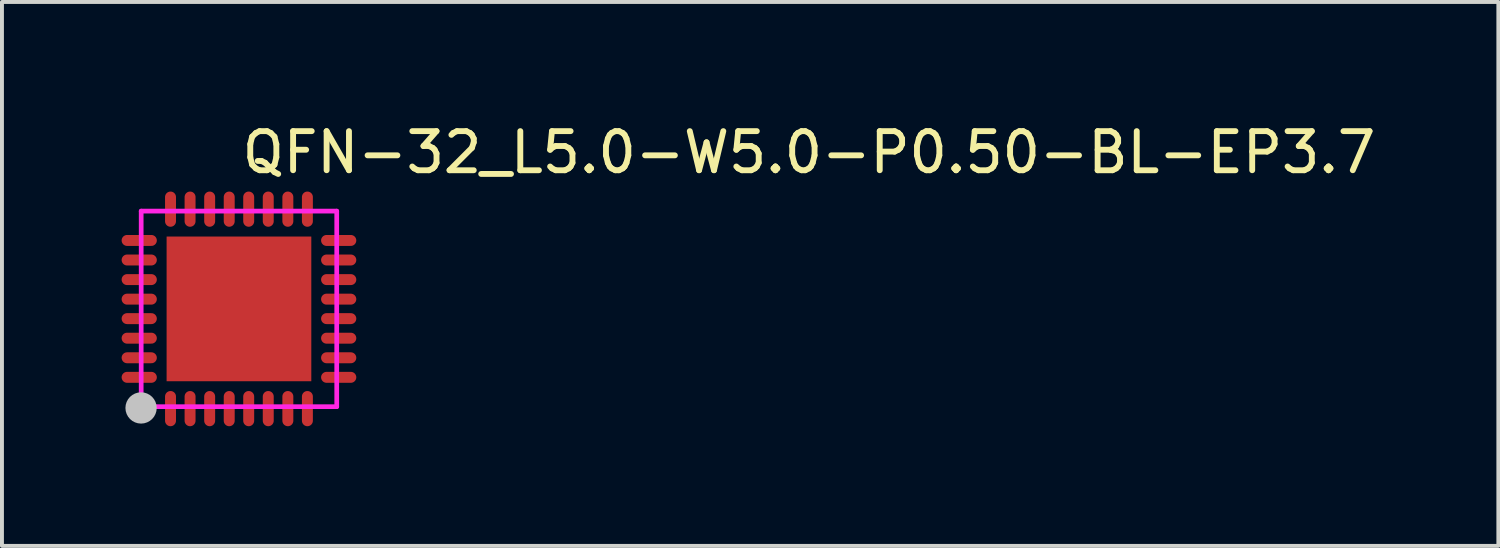
<source format=kicad_pcb>
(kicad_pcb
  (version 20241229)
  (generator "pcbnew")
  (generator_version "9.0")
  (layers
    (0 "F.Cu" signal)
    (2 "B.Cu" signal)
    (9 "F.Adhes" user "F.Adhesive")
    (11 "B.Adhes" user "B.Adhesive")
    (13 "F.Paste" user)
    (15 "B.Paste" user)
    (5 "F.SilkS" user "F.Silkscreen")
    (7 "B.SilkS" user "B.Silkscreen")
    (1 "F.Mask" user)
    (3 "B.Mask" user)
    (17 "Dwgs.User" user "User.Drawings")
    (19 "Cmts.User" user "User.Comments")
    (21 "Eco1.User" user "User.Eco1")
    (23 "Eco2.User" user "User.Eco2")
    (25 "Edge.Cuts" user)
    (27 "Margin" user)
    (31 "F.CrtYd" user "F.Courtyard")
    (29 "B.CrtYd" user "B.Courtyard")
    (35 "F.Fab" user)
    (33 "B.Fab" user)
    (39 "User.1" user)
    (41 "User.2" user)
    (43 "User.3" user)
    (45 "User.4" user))
  (footprint "QFN-32_L5.0-W5.0-P0.50-BL-EP3.7"
    (layer "F.Cu")
    (at 3.06 4.848)
    (property "Reference" "QFN-32_L5.0-W5.0-P0.50-BL-EP3.7" (at 0 -4 0) (layer "F.SilkS") (effects (font (size 1 1) (thickness 0.15)) (justify left)))
    (attr through_hole)
    (fp_poly (pts (xy -1.5 -1.5) (xy 1.5 -1.5) (xy 1.5 1.5) (xy -1.5 1.5)) (stroke (width 0.12) (type solid)) (fill yes) (layer "F.Paste"))
    (fp_poly (pts (xy -2.86 -1.61) (xy -2.888 -1.613) (xy -2.914 -1.621) (xy -2.938 -1.634) (xy -2.959 -1.651) (xy -2.977 -1.672) (xy -2.99 -1.697) (xy -2.998 -1.723) (xy -3 -1.75) (xy -2.998 -1.777) (xy -2.99 -1.804) (xy -2.977 -1.828) (xy -2.959 -1.849) (xy -2.938 -1.867) (xy -2.914 -1.879) (xy -2.888 -1.887) (xy -2.86 -1.89) (xy -2.24 -1.89) (xy -2.213 -1.887) (xy -2.187 -1.879) (xy -2.162 -1.867) (xy -2.141 -1.849) (xy -2.124 -1.828) (xy -2.111 -1.804) (xy -2.103 -1.777) (xy -2.1 -1.75) (xy -2.103 -1.723) (xy -2.111 -1.697) (xy -2.124 -1.672) (xy -2.141 -1.651) (xy -2.162 -1.634) (xy -2.187 -1.621) (xy -2.213 -1.613) (xy -2.24 -1.61)) (stroke (width 0.12) (type solid)) (fill yes) (layer "F.Paste"))
    (fp_poly (pts (xy -2.86 -1.11) (xy -2.888 -1.112) (xy -2.914 -1.12) (xy -2.938 -1.133) (xy -2.959 -1.151) (xy -2.977 -1.172) (xy -2.99 -1.196) (xy -2.998 -1.222) (xy -3 -1.25) (xy -2.998 -1.277) (xy -2.99 -1.303) (xy -2.977 -1.328) (xy -2.959 -1.349) (xy -2.938 -1.366) (xy -2.914 -1.379) (xy -2.888 -1.387) (xy -2.86 -1.39) (xy -2.24 -1.39) (xy -2.213 -1.387) (xy -2.187 -1.379) (xy -2.162 -1.366) (xy -2.141 -1.349) (xy -2.124 -1.328) (xy -2.111 -1.303) (xy -2.103 -1.277) (xy -2.1 -1.25) (xy -2.103 -1.222) (xy -2.111 -1.196) (xy -2.124 -1.172) (xy -2.141 -1.151) (xy -2.162 -1.133) (xy -2.187 -1.12) (xy -2.213 -1.112) (xy -2.24 -1.11)) (stroke (width 0.12) (type solid)) (fill yes) (layer "F.Paste"))
    (fp_poly (pts (xy -2.86 -0.609) (xy -2.888 -0.612) (xy -2.914 -0.62) (xy -2.938 -0.633) (xy -2.959 -0.65) (xy -2.977 -0.672) (xy -2.99 -0.696) (xy -2.998 -0.722) (xy -3 -0.749) (xy -2.998 -0.777) (xy -2.99 -0.803) (xy -2.977 -0.827) (xy -2.959 -0.848) (xy -2.938 -0.866) (xy -2.914 -0.879) (xy -2.888 -0.887) (xy -2.86 -0.889) (xy -2.24 -0.889) (xy -2.213 -0.887) (xy -2.187 -0.879) (xy -2.162 -0.866) (xy -2.141 -0.848) (xy -2.124 -0.827) (xy -2.111 -0.803) (xy -2.103 -0.777) (xy -2.1 -0.749) (xy -2.103 -0.722) (xy -2.111 -0.696) (xy -2.124 -0.672) (xy -2.141 -0.65) (xy -2.162 -0.633) (xy -2.187 -0.62) (xy -2.213 -0.612) (xy -2.24 -0.609)) (stroke (width 0.12) (type solid)) (fill yes) (layer "F.Paste"))
    (fp_poly (pts (xy -2.86 -0.109) (xy -2.888 -0.112) (xy -2.914 -0.12) (xy -2.938 -0.133) (xy -2.959 -0.15) (xy -2.977 -0.171) (xy -2.99 -0.195) (xy -2.998 -0.222) (xy -3 -0.249) (xy -2.998 -0.276) (xy -2.99 -0.303) (xy -2.977 -0.327) (xy -2.959 -0.348) (xy -2.938 -0.365) (xy -2.914 -0.378) (xy -2.888 -0.386) (xy -2.86 -0.389) (xy -2.24 -0.389) (xy -2.213 -0.386) (xy -2.187 -0.378) (xy -2.162 -0.365) (xy -2.141 -0.348) (xy -2.124 -0.327) (xy -2.111 -0.303) (xy -2.103 -0.276) (xy -2.1 -0.249) (xy -2.103 -0.222) (xy -2.111 -0.195) (xy -2.124 -0.171) (xy -2.141 -0.15) (xy -2.162 -0.133) (xy -2.187 -0.12) (xy -2.213 -0.112) (xy -2.24 -0.109)) (stroke (width 0.12) (type solid)) (fill yes) (layer "F.Paste"))
    (fp_poly (pts (xy -2.86 0.389) (xy -2.888 0.386) (xy -2.914 0.378) (xy -2.938 0.365) (xy -2.959 0.348) (xy -2.977 0.327) (xy -2.99 0.302) (xy -2.998 0.276) (xy -3 0.249) (xy -2.998 0.222) (xy -2.99 0.195) (xy -2.977 0.171) (xy -2.959 0.15) (xy -2.938 0.132) (xy -2.914 0.119) (xy -2.888 0.112) (xy -2.86 0.109) (xy -2.24 0.109) (xy -2.213 0.112) (xy -2.187 0.119) (xy -2.162 0.132) (xy -2.141 0.15) (xy -2.124 0.171) (xy -2.111 0.195) (xy -2.103 0.222) (xy -2.1 0.249) (xy -2.103 0.276) (xy -2.111 0.302) (xy -2.124 0.327) (xy -2.141 0.348) (xy -2.162 0.365) (xy -2.187 0.378) (xy -2.213 0.386) (xy -2.24 0.389)) (stroke (width 0.12) (type solid)) (fill yes) (layer "F.Paste"))
    (fp_poly (pts (xy -2.86 0.889) (xy -2.888 0.887) (xy -2.914 0.879) (xy -2.938 0.866) (xy -2.959 0.848) (xy -2.977 0.827) (xy -2.99 0.803) (xy -2.998 0.777) (xy -3 0.749) (xy -2.998 0.722) (xy -2.99 0.696) (xy -2.977 0.671) (xy -2.959 0.65) (xy -2.938 0.633) (xy -2.914 0.62) (xy -2.888 0.612) (xy -2.86 0.609) (xy -2.24 0.609) (xy -2.213 0.612) (xy -2.187 0.62) (xy -2.162 0.633) (xy -2.141 0.65) (xy -2.124 0.671) (xy -2.111 0.696) (xy -2.103 0.722) (xy -2.1 0.749) (xy -2.103 0.777) (xy -2.111 0.803) (xy -2.124 0.827) (xy -2.141 0.848) (xy -2.162 0.866) (xy -2.187 0.879) (xy -2.213 0.887) (xy -2.24 0.889)) (stroke (width 0.12) (type solid)) (fill yes) (layer "F.Paste"))
    (fp_poly (pts (xy -2.86 1.39) (xy -2.888 1.387) (xy -2.914 1.379) (xy -2.938 1.366) (xy -2.959 1.349) (xy -2.977 1.327) (xy -2.99 1.303) (xy -2.998 1.277) (xy -3 1.25) (xy -2.998 1.222) (xy -2.99 1.196) (xy -2.977 1.172) (xy -2.959 1.151) (xy -2.938 1.133) (xy -2.914 1.12) (xy -2.888 1.112) (xy -2.86 1.11) (xy -2.24 1.11) (xy -2.213 1.112) (xy -2.187 1.12) (xy -2.162 1.133) (xy -2.141 1.151) (xy -2.124 1.172) (xy -2.111 1.196) (xy -2.103 1.222) (xy -2.1 1.25) (xy -2.103 1.277) (xy -2.111 1.303) (xy -2.124 1.327) (xy -2.141 1.349) (xy -2.162 1.366) (xy -2.187 1.379) (xy -2.213 1.387) (xy -2.24 1.39)) (stroke (width 0.12) (type solid)) (fill yes) (layer "F.Paste"))
    (fp_poly (pts (xy -2.86 1.89) (xy -2.888 1.887) (xy -2.914 1.879) (xy -2.938 1.866) (xy -2.959 1.849) (xy -2.977 1.828) (xy -2.99 1.804) (xy -2.998 1.777) (xy -3 1.75) (xy -2.998 1.723) (xy -2.99 1.696) (xy -2.977 1.672) (xy -2.959 1.651) (xy -2.938 1.634) (xy -2.914 1.621) (xy -2.888 1.613) (xy -2.86 1.61) (xy -2.24 1.61) (xy -2.213 1.613) (xy -2.187 1.621) (xy -2.162 1.634) (xy -2.141 1.651) (xy -2.124 1.672) (xy -2.111 1.696) (xy -2.103 1.723) (xy -2.1 1.75) (xy -2.103 1.777) (xy -2.111 1.804) (xy -2.124 1.828) (xy -2.141 1.849) (xy -2.162 1.866) (xy -2.187 1.879) (xy -2.213 1.887) (xy -2.24 1.89)) (stroke (width 0.12) (type solid)) (fill yes) (layer "F.Paste"))
    (fp_poly (pts (xy -1.89 -2.86) (xy -1.887 -2.888) (xy -1.88 -2.914) (xy -1.867 -2.938) (xy -1.849 -2.959) (xy -1.828 -2.977) (xy -1.804 -2.99) (xy -1.777 -2.998) (xy -1.75 -3) (xy -1.723 -2.998) (xy -1.697 -2.99) (xy -1.672 -2.977) (xy -1.651 -2.959) (xy -1.634 -2.938) (xy -1.621 -2.914) (xy -1.613 -2.888) (xy -1.61 -2.86) (xy -1.61 -2.24) (xy -1.613 -2.213) (xy -1.621 -2.187) (xy -1.634 -2.162) (xy -1.651 -2.141) (xy -1.672 -2.124) (xy -1.697 -2.111) (xy -1.723 -2.103) (xy -1.75 -2.1) (xy -1.777 -2.103) (xy -1.804 -2.111) (xy -1.828 -2.124) (xy -1.849 -2.141) (xy -1.867 -2.162) (xy -1.88 -2.187) (xy -1.887 -2.213) (xy -1.89 -2.24)) (stroke (width 0.12) (type solid)) (fill yes) (layer "F.Paste"))
    (fp_poly (pts (xy -1.89 2.24) (xy -1.887 2.213) (xy -1.88 2.187) (xy -1.867 2.162) (xy -1.849 2.141) (xy -1.828 2.124) (xy -1.804 2.111) (xy -1.777 2.103) (xy -1.75 2.1) (xy -1.723 2.103) (xy -1.697 2.111) (xy -1.672 2.124) (xy -1.651 2.141) (xy -1.634 2.162) (xy -1.621 2.187) (xy -1.613 2.213) (xy -1.61 2.24) (xy -1.61 2.86) (xy -1.613 2.887) (xy -1.621 2.914) (xy -1.634 2.938) (xy -1.651 2.959) (xy -1.672 2.976) (xy -1.697 2.989) (xy -1.723 2.997) (xy -1.75 3) (xy -1.777 2.997) (xy -1.804 2.989) (xy -1.828 2.976) (xy -1.849 2.959) (xy -1.867 2.938) (xy -1.88 2.914) (xy -1.887 2.887) (xy -1.89 2.86)) (stroke (width 0.12) (type solid)) (fill yes) (layer "F.Paste"))
    (fp_poly (pts (xy -1.39 -2.86) (xy -1.387 -2.888) (xy -1.379 -2.914) (xy -1.366 -2.938) (xy -1.349 -2.959) (xy -1.328 -2.977) (xy -1.303 -2.99) (xy -1.277 -2.998) (xy -1.25 -3) (xy -1.222 -2.998) (xy -1.196 -2.99) (xy -1.172 -2.977) (xy -1.151 -2.959) (xy -1.133 -2.938) (xy -1.12 -2.914) (xy -1.112 -2.888) (xy -1.11 -2.86) (xy -1.11 -2.24) (xy -1.112 -2.213) (xy -1.12 -2.187) (xy -1.133 -2.162) (xy -1.151 -2.141) (xy -1.172 -2.124) (xy -1.196 -2.111) (xy -1.222 -2.103) (xy -1.25 -2.1) (xy -1.277 -2.103) (xy -1.303 -2.111) (xy -1.328 -2.124) (xy -1.349 -2.141) (xy -1.366 -2.162) (xy -1.379 -2.187) (xy -1.387 -2.213) (xy -1.39 -2.24)) (stroke (width 0.12) (type solid)) (fill yes) (layer "F.Paste"))
    (fp_poly (pts (xy -1.39 2.24) (xy -1.387 2.213) (xy -1.379 2.187) (xy -1.366 2.162) (xy -1.349 2.141) (xy -1.328 2.124) (xy -1.303 2.111) (xy -1.277 2.103) (xy -1.25 2.1) (xy -1.222 2.103) (xy -1.196 2.111) (xy -1.172 2.124) (xy -1.151 2.141) (xy -1.133 2.162) (xy -1.12 2.187) (xy -1.112 2.213) (xy -1.11 2.24) (xy -1.11 2.86) (xy -1.112 2.887) (xy -1.12 2.914) (xy -1.133 2.938) (xy -1.151 2.959) (xy -1.172 2.976) (xy -1.196 2.989) (xy -1.222 2.997) (xy -1.25 3) (xy -1.277 2.997) (xy -1.303 2.989) (xy -1.328 2.976) (xy -1.349 2.959) (xy -1.366 2.938) (xy -1.379 2.914) (xy -1.387 2.887) (xy -1.39 2.86)) (stroke (width 0.12) (type solid)) (fill yes) (layer "F.Paste"))
    (fp_poly (pts (xy -0.889 -2.86) (xy -0.887 -2.888) (xy -0.879 -2.914) (xy -0.866 -2.938) (xy -0.848 -2.959) (xy -0.827 -2.977) (xy -0.803 -2.99) (xy -0.777 -2.998) (xy -0.749 -3) (xy -0.722 -2.998) (xy -0.696 -2.99) (xy -0.672 -2.977) (xy -0.65 -2.959) (xy -0.633 -2.938) (xy -0.62 -2.914) (xy -0.612 -2.888) (xy -0.609 -2.86) (xy -0.609 -2.24) (xy -0.612 -2.213) (xy -0.62 -2.187) (xy -0.633 -2.162) (xy -0.65 -2.141) (xy -0.672 -2.124) (xy -0.696 -2.111) (xy -0.722 -2.103) (xy -0.749 -2.1) (xy -0.777 -2.103) (xy -0.803 -2.111) (xy -0.827 -2.124) (xy -0.848 -2.141) (xy -0.866 -2.162) (xy -0.879 -2.187) (xy -0.887 -2.213) (xy -0.889 -2.24)) (stroke (width 0.12) (type solid)) (fill yes) (layer "F.Paste"))
    (fp_poly (pts (xy -0.889 2.24) (xy -0.887 2.213) (xy -0.879 2.187) (xy -0.866 2.162) (xy -0.848 2.141) (xy -0.827 2.124) (xy -0.803 2.111) (xy -0.777 2.103) (xy -0.749 2.1) (xy -0.722 2.103) (xy -0.696 2.111) (xy -0.672 2.124) (xy -0.65 2.141) (xy -0.633 2.162) (xy -0.62 2.187) (xy -0.612 2.213) (xy -0.609 2.24) (xy -0.609 2.86) (xy -0.612 2.887) (xy -0.62 2.914) (xy -0.633 2.938) (xy -0.65 2.959) (xy -0.672 2.976) (xy -0.696 2.989) (xy -0.722 2.997) (xy -0.749 3) (xy -0.777 2.997) (xy -0.803 2.989) (xy -0.827 2.976) (xy -0.848 2.959) (xy -0.866 2.938) (xy -0.879 2.914) (xy -0.887 2.887) (xy -0.889 2.86)) (stroke (width 0.12) (type solid)) (fill yes) (layer "F.Paste"))
    (fp_poly (pts (xy -0.389 -2.86) (xy -0.386 -2.888) (xy -0.378 -2.914) (xy -0.365 -2.938) (xy -0.348 -2.959) (xy -0.327 -2.977) (xy -0.303 -2.99) (xy -0.276 -2.998) (xy -0.249 -3) (xy -0.222 -2.998) (xy -0.195 -2.99) (xy -0.171 -2.977) (xy -0.15 -2.959) (xy -0.133 -2.938) (xy -0.12 -2.914) (xy -0.112 -2.888) (xy -0.109 -2.86) (xy -0.109 -2.24) (xy -0.112 -2.213) (xy -0.12 -2.187) (xy -0.133 -2.162) (xy -0.15 -2.141) (xy -0.171 -2.124) (xy -0.195 -2.111) (xy -0.222 -2.103) (xy -0.249 -2.1) (xy -0.276 -2.103) (xy -0.303 -2.111) (xy -0.327 -2.124) (xy -0.348 -2.141) (xy -0.365 -2.162) (xy -0.378 -2.187) (xy -0.386 -2.213) (xy -0.389 -2.24)) (stroke (width 0.12) (type solid)) (fill yes) (layer "F.Paste"))
    (fp_poly (pts (xy -0.389 2.24) (xy -0.386 2.213) (xy -0.378 2.187) (xy -0.365 2.162) (xy -0.348 2.141) (xy -0.327 2.124) (xy -0.303 2.111) (xy -0.276 2.103) (xy -0.249 2.1) (xy -0.222 2.103) (xy -0.195 2.111) (xy -0.171 2.124) (xy -0.15 2.141) (xy -0.133 2.162) (xy -0.12 2.187) (xy -0.112 2.213) (xy -0.109 2.24) (xy -0.109 2.86) (xy -0.112 2.887) (xy -0.12 2.914) (xy -0.133 2.938) (xy -0.15 2.959) (xy -0.171 2.976) (xy -0.195 2.989) (xy -0.222 2.997) (xy -0.249 3) (xy -0.276 2.997) (xy -0.303 2.989) (xy -0.327 2.976) (xy -0.348 2.959) (xy -0.365 2.938) (xy -0.378 2.914) (xy -0.386 2.887) (xy -0.389 2.86)) (stroke (width 0.12) (type solid)) (fill yes) (layer "F.Paste"))
    (fp_poly (pts (xy 0.109 -2.86) (xy 0.112 -2.888) (xy 0.119 -2.914) (xy 0.132 -2.938) (xy 0.15 -2.959) (xy 0.171 -2.977) (xy 0.195 -2.99) (xy 0.222 -2.998) (xy 0.249 -3) (xy 0.276 -2.998) (xy 0.302 -2.99) (xy 0.327 -2.977) (xy 0.348 -2.959) (xy 0.365 -2.938) (xy 0.378 -2.914) (xy 0.386 -2.888) (xy 0.389 -2.86) (xy 0.389 -2.24) (xy 0.386 -2.213) (xy 0.378 -2.187) (xy 0.365 -2.162) (xy 0.348 -2.141) (xy 0.327 -2.124) (xy 0.302 -2.111) (xy 0.276 -2.103) (xy 0.249 -2.1) (xy 0.222 -2.103) (xy 0.195 -2.111) (xy 0.171 -2.124) (xy 0.15 -2.141) (xy 0.132 -2.162) (xy 0.119 -2.187) (xy 0.112 -2.213) (xy 0.109 -2.24)) (stroke (width 0.12) (type solid)) (fill yes) (layer "F.Paste"))
    (fp_poly (pts (xy 0.109 2.24) (xy 0.112 2.213) (xy 0.119 2.187) (xy 0.132 2.162) (xy 0.15 2.141) (xy 0.171 2.124) (xy 0.195 2.111) (xy 0.222 2.103) (xy 0.249 2.1) (xy 0.276 2.103) (xy 0.302 2.111) (xy 0.327 2.124) (xy 0.348 2.141) (xy 0.365 2.162) (xy 0.378 2.187) (xy 0.386 2.213) (xy 0.389 2.24) (xy 0.389 2.86) (xy 0.386 2.887) (xy 0.378 2.914) (xy 0.365 2.938) (xy 0.348 2.959) (xy 0.327 2.976) (xy 0.302 2.989) (xy 0.276 2.997) (xy 0.249 3) (xy 0.222 2.997) (xy 0.195 2.989) (xy 0.171 2.976) (xy 0.15 2.959) (xy 0.132 2.938) (xy 0.119 2.914) (xy 0.112 2.887) (xy 0.109 2.86)) (stroke (width 0.12) (type solid)) (fill yes) (layer "F.Paste"))
    (fp_poly (pts (xy 0.609 -2.86) (xy 0.612 -2.888) (xy 0.62 -2.914) (xy 0.633 -2.938) (xy 0.65 -2.959) (xy 0.671 -2.977) (xy 0.696 -2.99) (xy 0.722 -2.998) (xy 0.749 -3) (xy 0.777 -2.998) (xy 0.803 -2.99) (xy 0.827 -2.977) (xy 0.848 -2.959) (xy 0.866 -2.938) (xy 0.879 -2.914) (xy 0.887 -2.888) (xy 0.889 -2.86) (xy 0.889 -2.24) (xy 0.887 -2.213) (xy 0.879 -2.187) (xy 0.866 -2.162) (xy 0.848 -2.141) (xy 0.827 -2.124) (xy 0.803 -2.111) (xy 0.777 -2.103) (xy 0.749 -2.1) (xy 0.722 -2.103) (xy 0.696 -2.111) (xy 0.671 -2.124) (xy 0.65 -2.141) (xy 0.633 -2.162) (xy 0.62 -2.187) (xy 0.612 -2.213) (xy 0.609 -2.24)) (stroke (width 0.12) (type solid)) (fill yes) (layer "F.Paste"))
    (fp_poly (pts (xy 0.609 2.24) (xy 0.612 2.213) (xy 0.62 2.187) (xy 0.633 2.162) (xy 0.65 2.141) (xy 0.671 2.124) (xy 0.696 2.111) (xy 0.722 2.103) (xy 0.749 2.1) (xy 0.777 2.103) (xy 0.803 2.111) (xy 0.827 2.124) (xy 0.848 2.141) (xy 0.866 2.162) (xy 0.879 2.187) (xy 0.887 2.213) (xy 0.889 2.24) (xy 0.889 2.86) (xy 0.887 2.887) (xy 0.879 2.914) (xy 0.866 2.938) (xy 0.848 2.959) (xy 0.827 2.976) (xy 0.803 2.989) (xy 0.777 2.997) (xy 0.749 3) (xy 0.722 2.997) (xy 0.696 2.989) (xy 0.671 2.976) (xy 0.65 2.959) (xy 0.633 2.938) (xy 0.62 2.914) (xy 0.612 2.887) (xy 0.609 2.86)) (stroke (width 0.12) (type solid)) (fill yes) (layer "F.Paste"))
    (fp_poly (pts (xy 1.11 -2.86) (xy 1.112 -2.888) (xy 1.12 -2.914) (xy 1.133 -2.938) (xy 1.151 -2.959) (xy 1.172 -2.977) (xy 1.196 -2.99) (xy 1.222 -2.998) (xy 1.25 -3) (xy 1.277 -2.998) (xy 1.303 -2.99) (xy 1.327 -2.977) (xy 1.349 -2.959) (xy 1.366 -2.938) (xy 1.379 -2.914) (xy 1.387 -2.888) (xy 1.39 -2.86) (xy 1.39 -2.24) (xy 1.387 -2.213) (xy 1.379 -2.187) (xy 1.366 -2.162) (xy 1.349 -2.141) (xy 1.327 -2.124) (xy 1.303 -2.111) (xy 1.277 -2.103) (xy 1.25 -2.1) (xy 1.222 -2.103) (xy 1.196 -2.111) (xy 1.172 -2.124) (xy 1.151 -2.141) (xy 1.133 -2.162) (xy 1.12 -2.187) (xy 1.112 -2.213) (xy 1.11 -2.24)) (stroke (width 0.12) (type solid)) (fill yes) (layer "F.Paste"))
    (fp_poly (pts (xy 1.11 2.24) (xy 1.112 2.213) (xy 1.12 2.187) (xy 1.133 2.162) (xy 1.151 2.141) (xy 1.172 2.124) (xy 1.196 2.111) (xy 1.222 2.103) (xy 1.25 2.1) (xy 1.277 2.103) (xy 1.303 2.111) (xy 1.327 2.124) (xy 1.349 2.141) (xy 1.366 2.162) (xy 1.379 2.187) (xy 1.387 2.213) (xy 1.39 2.24) (xy 1.39 2.86) (xy 1.387 2.887) (xy 1.379 2.914) (xy 1.366 2.938) (xy 1.349 2.959) (xy 1.327 2.976) (xy 1.303 2.989) (xy 1.277 2.997) (xy 1.25 3) (xy 1.222 2.997) (xy 1.196 2.989) (xy 1.172 2.976) (xy 1.151 2.959) (xy 1.133 2.938) (xy 1.12 2.914) (xy 1.112 2.887) (xy 1.11 2.86)) (stroke (width 0.12) (type solid)) (fill yes) (layer "F.Paste"))
    (fp_poly (pts (xy 1.61 -2.86) (xy 1.613 -2.888) (xy 1.621 -2.914) (xy 1.634 -2.938) (xy 1.651 -2.959) (xy 1.672 -2.977) (xy 1.696 -2.99) (xy 1.723 -2.998) (xy 1.75 -3) (xy 1.777 -2.998) (xy 1.804 -2.99) (xy 1.828 -2.977) (xy 1.849 -2.959) (xy 1.866 -2.938) (xy 1.879 -2.914) (xy 1.887 -2.888) (xy 1.89 -2.86) (xy 1.89 -2.24) (xy 1.887 -2.213) (xy 1.879 -2.187) (xy 1.866 -2.162) (xy 1.849 -2.141) (xy 1.828 -2.124) (xy 1.804 -2.111) (xy 1.777 -2.103) (xy 1.75 -2.1) (xy 1.723 -2.103) (xy 1.696 -2.111) (xy 1.672 -2.124) (xy 1.651 -2.141) (xy 1.634 -2.162) (xy 1.621 -2.187) (xy 1.613 -2.213) (xy 1.61 -2.24)) (stroke (width 0.12) (type solid)) (fill yes) (layer "F.Paste"))
    (fp_poly (pts (xy 1.61 2.24) (xy 1.613 2.213) (xy 1.621 2.187) (xy 1.634 2.162) (xy 1.651 2.141) (xy 1.672 2.124) (xy 1.696 2.111) (xy 1.723 2.103) (xy 1.75 2.1) (xy 1.777 2.103) (xy 1.804 2.111) (xy 1.828 2.124) (xy 1.849 2.141) (xy 1.866 2.162) (xy 1.879 2.187) (xy 1.887 2.213) (xy 1.89 2.24) (xy 1.89 2.86) (xy 1.887 2.887) (xy 1.879 2.914) (xy 1.866 2.938) (xy 1.849 2.959) (xy 1.828 2.976) (xy 1.804 2.989) (xy 1.777 2.997) (xy 1.75 3) (xy 1.723 2.997) (xy 1.696 2.989) (xy 1.672 2.976) (xy 1.651 2.959) (xy 1.634 2.938) (xy 1.621 2.914) (xy 1.613 2.887) (xy 1.61 2.86)) (stroke (width 0.12) (type solid)) (fill yes) (layer "F.Paste"))
    (fp_poly (pts (xy 2.24 -1.61) (xy 2.213 -1.613) (xy 2.186 -1.621) (xy 2.162 -1.634) (xy 2.141 -1.651) (xy 2.124 -1.672) (xy 2.111 -1.697) (xy 2.103 -1.723) (xy 2.1 -1.75) (xy 2.103 -1.777) (xy 2.111 -1.804) (xy 2.124 -1.828) (xy 2.141 -1.849) (xy 2.162 -1.867) (xy 2.186 -1.879) (xy 2.213 -1.887) (xy 2.24 -1.89) (xy 2.86 -1.89) (xy 2.887 -1.887) (xy 2.914 -1.879) (xy 2.938 -1.867) (xy 2.959 -1.849) (xy 2.976 -1.828) (xy 2.989 -1.804) (xy 2.997 -1.777) (xy 3 -1.75) (xy 2.997 -1.723) (xy 2.989 -1.697) (xy 2.976 -1.672) (xy 2.959 -1.651) (xy 2.938 -1.634) (xy 2.914 -1.621) (xy 2.887 -1.613) (xy 2.86 -1.61)) (stroke (width 0.12) (type solid)) (fill yes) (layer "F.Paste"))
    (fp_poly (pts (xy 2.24 -1.11) (xy 2.213 -1.112) (xy 2.186 -1.12) (xy 2.162 -1.133) (xy 2.141 -1.151) (xy 2.124 -1.172) (xy 2.111 -1.196) (xy 2.103 -1.222) (xy 2.1 -1.25) (xy 2.103 -1.277) (xy 2.111 -1.303) (xy 2.124 -1.328) (xy 2.141 -1.349) (xy 2.162 -1.366) (xy 2.186 -1.379) (xy 2.213 -1.387) (xy 2.24 -1.39) (xy 2.86 -1.39) (xy 2.887 -1.387) (xy 2.914 -1.379) (xy 2.938 -1.366) (xy 2.959 -1.349) (xy 2.976 -1.328) (xy 2.989 -1.303) (xy 2.997 -1.277) (xy 3 -1.25) (xy 2.997 -1.222) (xy 2.989 -1.196) (xy 2.976 -1.172) (xy 2.959 -1.151) (xy 2.938 -1.133) (xy 2.914 -1.12) (xy 2.887 -1.112) (xy 2.86 -1.11)) (stroke (width 0.12) (type solid)) (fill yes) (layer "F.Paste"))
    (fp_poly (pts (xy 2.24 -0.609) (xy 2.213 -0.612) (xy 2.186 -0.62) (xy 2.162 -0.633) (xy 2.141 -0.65) (xy 2.124 -0.672) (xy 2.111 -0.696) (xy 2.103 -0.722) (xy 2.1 -0.749) (xy 2.103 -0.777) (xy 2.111 -0.803) (xy 2.124 -0.827) (xy 2.141 -0.848) (xy 2.162 -0.866) (xy 2.186 -0.879) (xy 2.213 -0.887) (xy 2.24 -0.889) (xy 2.86 -0.889) (xy 2.887 -0.887) (xy 2.914 -0.879) (xy 2.938 -0.866) (xy 2.959 -0.848) (xy 2.976 -0.827) (xy 2.989 -0.803) (xy 2.997 -0.777) (xy 3 -0.749) (xy 2.997 -0.722) (xy 2.989 -0.696) (xy 2.976 -0.672) (xy 2.959 -0.65) (xy 2.938 -0.633) (xy 2.914 -0.62) (xy 2.887 -0.612) (xy 2.86 -0.609)) (stroke (width 0.12) (type solid)) (fill yes) (layer "F.Paste"))
    (fp_poly (pts (xy 2.24 -0.109) (xy 2.213 -0.112) (xy 2.186 -0.12) (xy 2.162 -0.133) (xy 2.141 -0.15) (xy 2.124 -0.171) (xy 2.111 -0.195) (xy 2.103 -0.222) (xy 2.1 -0.249) (xy 2.103 -0.276) (xy 2.111 -0.303) (xy 2.124 -0.327) (xy 2.141 -0.348) (xy 2.162 -0.365) (xy 2.186 -0.378) (xy 2.213 -0.386) (xy 2.24 -0.389) (xy 2.86 -0.389) (xy 2.887 -0.386) (xy 2.914 -0.378) (xy 2.938 -0.365) (xy 2.959 -0.348) (xy 2.976 -0.327) (xy 2.989 -0.303) (xy 2.997 -0.276) (xy 3 -0.249) (xy 2.997 -0.222) (xy 2.989 -0.195) (xy 2.976 -0.171) (xy 2.959 -0.15) (xy 2.938 -0.133) (xy 2.914 -0.12) (xy 2.887 -0.112) (xy 2.86 -0.109)) (stroke (width 0.12) (type solid)) (fill yes) (layer "F.Paste"))
    (fp_poly (pts (xy 2.24 0.389) (xy 2.213 0.386) (xy 2.186 0.378) (xy 2.162 0.365) (xy 2.141 0.348) (xy 2.124 0.327) (xy 2.111 0.302) (xy 2.103 0.276) (xy 2.1 0.249) (xy 2.103 0.222) (xy 2.111 0.195) (xy 2.124 0.171) (xy 2.141 0.15) (xy 2.162 0.132) (xy 2.186 0.119) (xy 2.213 0.112) (xy 2.24 0.109) (xy 2.86 0.109) (xy 2.887 0.112) (xy 2.914 0.119) (xy 2.938 0.132) (xy 2.959 0.15) (xy 2.976 0.171) (xy 2.989 0.195) (xy 2.997 0.222) (xy 3 0.249) (xy 2.997 0.276) (xy 2.989 0.302) (xy 2.976 0.327) (xy 2.959 0.348) (xy 2.938 0.365) (xy 2.914 0.378) (xy 2.887 0.386) (xy 2.86 0.389)) (stroke (width 0.12) (type solid)) (fill yes) (layer "F.Paste"))
    (fp_poly (pts (xy 2.24 0.889) (xy 2.213 0.887) (xy 2.186 0.879) (xy 2.162 0.866) (xy 2.141 0.848) (xy 2.124 0.827) (xy 2.111 0.803) (xy 2.103 0.777) (xy 2.1 0.749) (xy 2.103 0.722) (xy 2.111 0.696) (xy 2.124 0.671) (xy 2.141 0.65) (xy 2.162 0.633) (xy 2.186 0.62) (xy 2.213 0.612) (xy 2.24 0.609) (xy 2.86 0.609) (xy 2.887 0.612) (xy 2.914 0.62) (xy 2.938 0.633) (xy 2.959 0.65) (xy 2.976 0.671) (xy 2.989 0.696) (xy 2.997 0.722) (xy 3 0.749) (xy 2.997 0.777) (xy 2.989 0.803) (xy 2.976 0.827) (xy 2.959 0.848) (xy 2.938 0.866) (xy 2.914 0.879) (xy 2.887 0.887) (xy 2.86 0.889)) (stroke (width 0.12) (type solid)) (fill yes) (layer "F.Paste"))
    (fp_poly (pts (xy 2.24 1.39) (xy 2.213 1.387) (xy 2.186 1.379) (xy 2.162 1.366) (xy 2.141 1.349) (xy 2.124 1.327) (xy 2.111 1.303) (xy 2.103 1.277) (xy 2.1 1.25) (xy 2.103 1.222) (xy 2.111 1.196) (xy 2.124 1.172) (xy 2.141 1.151) (xy 2.162 1.133) (xy 2.186 1.12) (xy 2.213 1.112) (xy 2.24 1.11) (xy 2.86 1.11) (xy 2.887 1.112) (xy 2.914 1.12) (xy 2.938 1.133) (xy 2.959 1.151) (xy 2.976 1.172) (xy 2.989 1.196) (xy 2.997 1.222) (xy 3 1.25) (xy 2.997 1.277) (xy 2.989 1.303) (xy 2.976 1.327) (xy 2.959 1.349) (xy 2.938 1.366) (xy 2.914 1.379) (xy 2.887 1.387) (xy 2.86 1.39)) (stroke (width 0.12) (type solid)) (fill yes) (layer "F.Paste"))
    (fp_poly (pts (xy 2.24 1.89) (xy 2.213 1.887) (xy 2.186 1.879) (xy 2.162 1.866) (xy 2.141 1.849) (xy 2.124 1.828) (xy 2.111 1.804) (xy 2.103 1.777) (xy 2.1 1.75) (xy 2.103 1.723) (xy 2.111 1.696) (xy 2.124 1.672) (xy 2.141 1.651) (xy 2.162 1.634) (xy 2.186 1.621) (xy 2.213 1.613) (xy 2.24 1.61) (xy 2.86 1.61) (xy 2.887 1.613) (xy 2.914 1.621) (xy 2.938 1.634) (xy 2.959 1.651) (xy 2.976 1.672) (xy 2.989 1.696) (xy 2.997 1.723) (xy 3 1.75) (xy 2.997 1.777) (xy 2.989 1.804) (xy 2.976 1.828) (xy 2.959 1.849) (xy 2.938 1.866) (xy 2.914 1.879) (xy 2.887 1.887) (xy 2.86 1.89)) (stroke (width 0.12) (type solid)) (fill yes) (layer "F.Paste"))
    (fp_circle (center -2.503 2.533) (end -2.303 2.533) (stroke (width 0.4) (type solid)) (fill no) (layer "Dwgs.User"))
    (fp_circle (center -2.503 2.503) (end -2.473 2.503) (stroke (width 0.06) (type solid)) (fill no) (layer "Eco2.User"))
    (fp_poly (pts (xy -2.503 -1.89) (xy -2.1 -1.89) (xy -2.1 -1.61) (xy -2.503 -1.61)) (stroke (width 0.12) (type solid)) (fill no) (layer "Eco2.User"))
    (fp_poly (pts (xy -2.503 -1.39) (xy -2.1 -1.39) (xy -2.1 -1.11) (xy -2.503 -1.11)) (stroke (width 0.12) (type solid)) (fill no) (layer "Eco2.User"))
    (fp_poly (pts (xy -2.503 -0.889) (xy -2.1 -0.889) (xy -2.1 -0.609) (xy -2.503 -0.609)) (stroke (width 0.12) (type solid)) (fill no) (layer "Eco2.User"))
    (fp_poly (pts (xy -2.503 -0.389) (xy -2.1 -0.389) (xy -2.1 -0.109) (xy -2.503 -0.109)) (stroke (width 0.12) (type solid)) (fill no) (layer "Eco2.User"))
    (fp_poly (pts (xy -2.1 0.389) (xy -2.503 0.389) (xy -2.503 0.109) (xy -2.1 0.109)) (stroke (width 0.12) (type solid)) (fill no) (layer "Eco2.User"))
    (fp_poly (pts (xy -2.1 0.889) (xy -2.503 0.889) (xy -2.503 0.609) (xy -2.1 0.609)) (stroke (width 0.12) (type solid)) (fill no) (layer "Eco2.User"))
    (fp_poly (pts (xy -2.1 1.39) (xy -2.503 1.39) (xy -2.503 1.11) (xy -2.1 1.11)) (stroke (width 0.12) (type solid)) (fill no) (layer "Eco2.User"))
    (fp_poly (pts (xy -2.1 1.89) (xy -2.503 1.89) (xy -2.503 1.61) (xy -2.1 1.61)) (stroke (width 0.12) (type solid)) (fill no) (layer "Eco2.User"))
    (fp_poly (pts (xy -1.89 -2.1) (xy -1.89 -2.503) (xy -1.61 -2.503) (xy -1.61 -2.1)) (stroke (width 0.12) (type solid)) (fill no) (layer "Eco2.User"))
    (fp_poly (pts (xy -1.89 2.503) (xy -1.89 2.1) (xy -1.61 2.1) (xy -1.61 2.503)) (stroke (width 0.12) (type solid)) (fill no) (layer "Eco2.User"))
    (fp_poly (pts (xy -1.85 -1.85) (xy 1.85 -1.85) (xy 1.85 1.85) (xy -1.85 1.85)) (stroke (width 0.12) (type solid)) (fill no) (layer "Eco2.User"))
    (fp_poly (pts (xy -1.39 -2.1) (xy -1.39 -2.503) (xy -1.11 -2.503) (xy -1.11 -2.1)) (stroke (width 0.12) (type solid)) (fill no) (layer "Eco2.User"))
    (fp_poly (pts (xy -1.39 2.503) (xy -1.39 2.1) (xy -1.11 2.1) (xy -1.11 2.503)) (stroke (width 0.12) (type solid)) (fill no) (layer "Eco2.User"))
    (fp_poly (pts (xy -0.889 -2.1) (xy -0.889 -2.503) (xy -0.609 -2.503) (xy -0.609 -2.1)) (stroke (width 0.12) (type solid)) (fill no) (layer "Eco2.User"))
    (fp_poly (pts (xy -0.889 2.503) (xy -0.889 2.1) (xy -0.609 2.1) (xy -0.609 2.503)) (stroke (width 0.12) (type solid)) (fill no) (layer "Eco2.User"))
    (fp_poly (pts (xy -0.389 -2.1) (xy -0.389 -2.503) (xy -0.109 -2.503) (xy -0.109 -2.1)) (stroke (width 0.12) (type solid)) (fill no) (layer "Eco2.User"))
    (fp_poly (pts (xy -0.389 2.503) (xy -0.389 2.1) (xy -0.109 2.1) (xy -0.109 2.503)) (stroke (width 0.12) (type solid)) (fill no) (layer "Eco2.User"))
    (fp_poly (pts (xy 0.389 -2.503) (xy 0.389 -2.1) (xy 0.109 -2.1) (xy 0.109 -2.503)) (stroke (width 0.12) (type solid)) (fill no) (layer "Eco2.User"))
    (fp_poly (pts (xy 0.389 2.1) (xy 0.389 2.503) (xy 0.109 2.503) (xy 0.109 2.1)) (stroke (width 0.12) (type solid)) (fill no) (layer "Eco2.User"))
    (fp_poly (pts (xy 0.889 -2.503) (xy 0.889 -2.1) (xy 0.609 -2.1) (xy 0.609 -2.503)) (stroke (width 0.12) (type solid)) (fill no) (layer "Eco2.User"))
    (fp_poly (pts (xy 0.889 2.1) (xy 0.889 2.503) (xy 0.609 2.503) (xy 0.609 2.1)) (stroke (width 0.12) (type solid)) (fill no) (layer "Eco2.User"))
    (fp_poly (pts (xy 1.39 -2.503) (xy 1.39 -2.1) (xy 1.11 -2.1) (xy 1.11 -2.503)) (stroke (width 0.12) (type solid)) (fill no) (layer "Eco2.User"))
    (fp_poly (pts (xy 1.39 2.1) (xy 1.39 2.503) (xy 1.11 2.503) (xy 1.11 2.1)) (stroke (width 0.12) (type solid)) (fill no) (layer "Eco2.User"))
    (fp_poly (pts (xy 1.89 -2.503) (xy 1.89 -2.1) (xy 1.61 -2.1) (xy 1.61 -2.503)) (stroke (width 0.12) (type solid)) (fill no) (layer "Eco2.User"))
    (fp_poly (pts (xy 1.89 2.1) (xy 1.89 2.503) (xy 1.61 2.503) (xy 1.61 2.1)) (stroke (width 0.12) (type solid)) (fill no) (layer "Eco2.User"))
    (fp_poly (pts (xy 2.1 -1.89) (xy 2.503 -1.89) (xy 2.503 -1.61) (xy 2.1 -1.61)) (stroke (width 0.12) (type solid)) (fill no) (layer "Eco2.User"))
    (fp_poly (pts (xy 2.1 -1.39) (xy 2.503 -1.39) (xy 2.503 -1.11) (xy 2.1 -1.11)) (stroke (width 0.12) (type solid)) (fill no) (layer "Eco2.User"))
    (fp_poly (pts (xy 2.1 -0.889) (xy 2.503 -0.889) (xy 2.503 -0.609) (xy 2.1 -0.609)) (stroke (width 0.12) (type solid)) (fill no) (layer "Eco2.User"))
    (fp_poly (pts (xy 2.1 -0.389) (xy 2.503 -0.389) (xy 2.503 -0.109) (xy 2.1 -0.109)) (stroke (width 0.12) (type solid)) (fill no) (layer "Eco2.User"))
    (fp_poly (pts (xy 2.503 0.389) (xy 2.1 0.389) (xy 2.1 0.109) (xy 2.503 0.109)) (stroke (width 0.12) (type solid)) (fill no) (layer "Eco2.User"))
    (fp_poly (pts (xy 2.503 0.889) (xy 2.1 0.889) (xy 2.1 0.609) (xy 2.503 0.609)) (stroke (width 0.12) (type solid)) (fill no) (layer "Eco2.User"))
    (fp_poly (pts (xy 2.503 1.39) (xy 2.1 1.39) (xy 2.1 1.11) (xy 2.503 1.11)) (stroke (width 0.12) (type solid)) (fill no) (layer "Eco2.User"))
    (fp_poly (pts (xy 2.503 1.89) (xy 2.1 1.89) (xy 2.1 1.61) (xy 2.503 1.61)) (stroke (width 0.12) (type solid)) (fill no) (layer "Eco2.User"))
    (fp_line (start -2.5 -2.5) (end 2.5 -2.5) (stroke (width 0.12) (type solid)) (layer "F.CrtYd"))
    (fp_line (start -2.5 2.5) (end -2.5 -2.5) (stroke (width 0.12) (type solid)) (layer "F.CrtYd"))
    (fp_line (start 2.5 -2.5) (end 2.5 2.5) (stroke (width 0.12) (type solid)) (layer "F.CrtYd"))
    (fp_line (start 2.5 2.5) (end -2.5 2.5) (stroke (width 0.12) (type solid)) (layer "F.CrtYd"))
    (pad "1" smd oval (at -1.75 2.55) (size 0.28 0.9) (layers "F.Cu" "F.Mask" "F.Paste"))
    (pad "2" smd oval (at -1.25 2.55) (size 0.28 0.9) (layers "F.Cu" "F.Mask" "F.Paste"))
    (pad "3" smd oval (at -0.749 2.55) (size 0.28 0.9) (layers "F.Cu" "F.Mask" "F.Paste"))
    (pad "4" smd oval (at -0.249 2.55) (size 0.28 0.9) (layers "F.Cu" "F.Mask" "F.Paste"))
    (pad "5" smd oval (at 0.249 2.55) (size 0.28 0.9) (layers "F.Cu" "F.Mask" "F.Paste"))
    (pad "6" smd oval (at 0.749 2.55) (size 0.28 0.9) (layers "F.Cu" "F.Mask" "F.Paste"))
    (pad "7" smd oval (at 1.25 2.55) (size 0.28 0.9) (layers "F.Cu" "F.Mask" "F.Paste"))
    (pad "8" smd oval (at 1.75 2.55) (size 0.28 0.9) (layers "F.Cu" "F.Mask" "F.Paste"))
    (pad "9" smd oval (at 2.55 1.75) (size 0.9 0.28) (layers "F.Cu" "F.Mask" "F.Paste"))
    (pad "10" smd oval (at 2.55 1.25) (size 0.9 0.28) (layers "F.Cu" "F.Mask" "F.Paste"))
    (pad "11" smd oval (at 2.55 0.749) (size 0.9 0.28) (layers "F.Cu" "F.Mask" "F.Paste"))
    (pad "12" smd oval (at 2.55 0.249) (size 0.9 0.28) (layers "F.Cu" "F.Mask" "F.Paste"))
    (pad "13" smd oval (at 2.55 -0.249) (size 0.9 0.28) (layers "F.Cu" "F.Mask" "F.Paste"))
    (pad "14" smd oval (at 2.55 -0.749) (size 0.9 0.28) (layers "F.Cu" "F.Mask" "F.Paste"))
    (pad "15" smd oval (at 2.55 -1.25) (size 0.9 0.28) (layers "F.Cu" "F.Mask" "F.Paste"))
    (pad "16" smd oval (at 2.55 -1.75) (size 0.9 0.28) (layers "F.Cu" "F.Mask" "F.Paste"))
    (pad "17" smd oval (at 1.75 -2.55) (size 0.28 0.9) (layers "F.Cu" "F.Mask" "F.Paste"))
    (pad "18" smd oval (at 1.25 -2.55) (size 0.28 0.9) (layers "F.Cu" "F.Mask" "F.Paste"))
    (pad "19" smd oval (at 0.749 -2.55) (size 0.28 0.9) (layers "F.Cu" "F.Mask" "F.Paste"))
    (pad "20" smd oval (at 0.249 -2.55) (size 0.28 0.9) (layers "F.Cu" "F.Mask" "F.Paste"))
    (pad "21" smd oval (at -0.249 -2.55) (size 0.28 0.9) (layers "F.Cu" "F.Mask" "F.Paste"))
    (pad "22" smd oval (at -0.749 -2.55) (size 0.28 0.9) (layers "F.Cu" "F.Mask" "F.Paste"))
    (pad "23" smd oval (at -1.25 -2.55) (size 0.28 0.9) (layers "F.Cu" "F.Mask" "F.Paste"))
    (pad "24" smd oval (at -1.75 -2.55) (size 0.28 0.9) (layers "F.Cu" "F.Mask" "F.Paste"))
    (pad "25" smd oval (at -2.55 -1.75) (size 0.9 0.28) (layers "F.Cu" "F.Mask" "F.Paste"))
    (pad "26" smd oval (at -2.55 -1.25) (size 0.9 0.28) (layers "F.Cu" "F.Mask" "F.Paste"))
    (pad "27" smd oval (at -2.55 -0.749) (size 0.9 0.28) (layers "F.Cu" "F.Mask" "F.Paste"))
    (pad "28" smd oval (at -2.55 -0.249) (size 0.9 0.28) (layers "F.Cu" "F.Mask" "F.Paste"))
    (pad "29" smd oval (at -2.55 0.249) (size 0.9 0.28) (layers "F.Cu" "F.Mask" "F.Paste"))
    (pad "30" smd oval (at -2.55 0.749) (size 0.9 0.28) (layers "F.Cu" "F.Mask" "F.Paste"))
    (pad "31" smd oval (at -2.55 1.25) (size 0.9 0.28) (layers "F.Cu" "F.Mask" "F.Paste"))
    (pad "32" smd oval (at -2.55 1.75) (size 0.9 0.28) (layers "F.Cu" "F.Mask" "F.Paste"))
    (pad "33" smd rect (at 0 0) (size 3.7 3.7) (layers "F.Cu" "F.Mask" "F.Paste")))
  (gr_rect
    (start -3 -3)
    (end 35.262 10.908)
    (stroke (width 0.1) (type default))
    (fill no)
    (layer "Edge.Cuts")))
</source>
